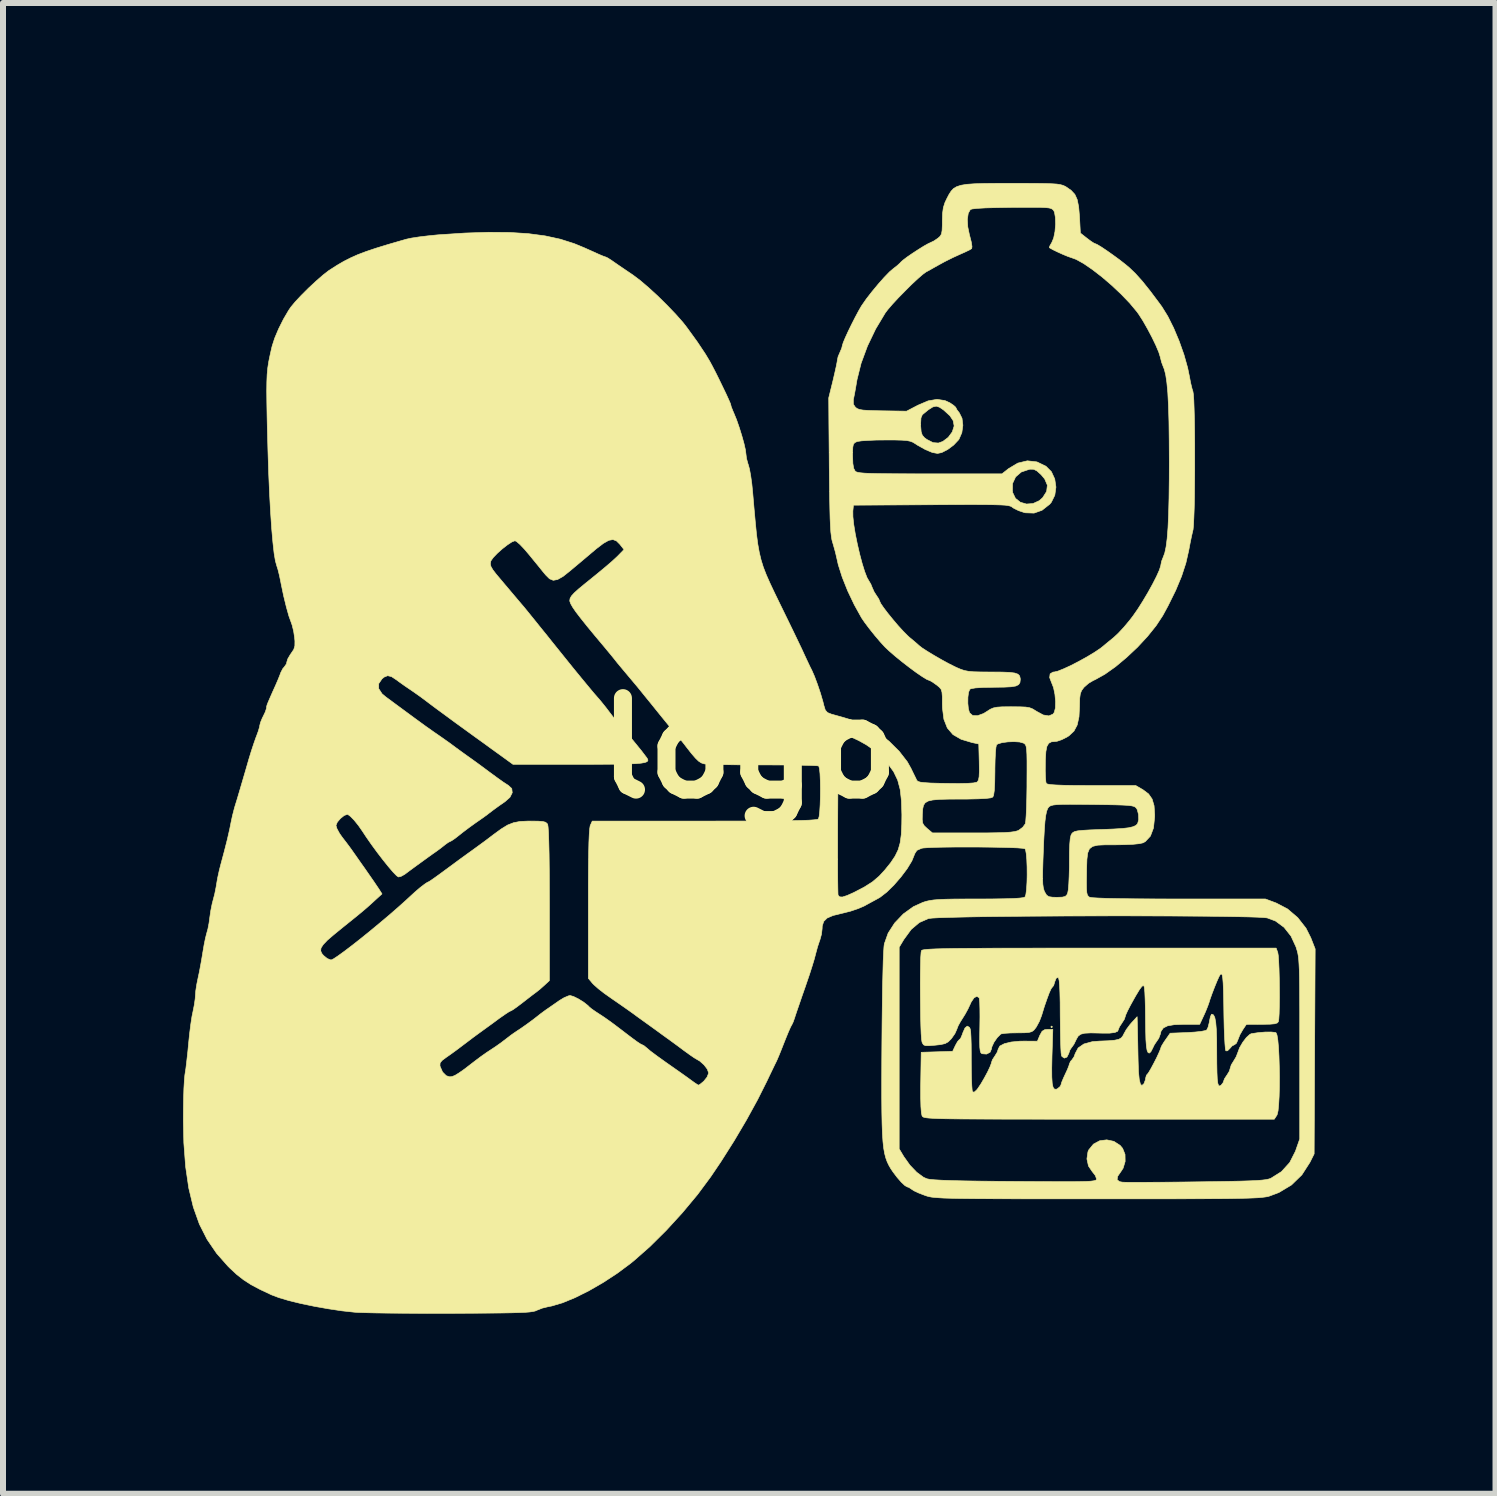
<source format=kicad_pcb>
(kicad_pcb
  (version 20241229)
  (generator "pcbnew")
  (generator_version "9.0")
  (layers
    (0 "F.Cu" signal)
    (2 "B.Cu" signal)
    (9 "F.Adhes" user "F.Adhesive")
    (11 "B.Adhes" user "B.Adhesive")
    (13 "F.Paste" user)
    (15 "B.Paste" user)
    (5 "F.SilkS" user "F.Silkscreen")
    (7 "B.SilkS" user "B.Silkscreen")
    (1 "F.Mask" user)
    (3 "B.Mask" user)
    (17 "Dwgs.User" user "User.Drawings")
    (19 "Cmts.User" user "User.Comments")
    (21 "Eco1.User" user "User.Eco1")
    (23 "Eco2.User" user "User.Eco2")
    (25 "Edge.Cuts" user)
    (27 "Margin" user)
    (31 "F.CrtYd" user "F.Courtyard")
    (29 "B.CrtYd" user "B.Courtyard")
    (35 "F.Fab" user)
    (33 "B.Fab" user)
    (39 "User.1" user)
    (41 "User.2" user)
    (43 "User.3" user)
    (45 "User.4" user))
  (footprint "logo"
    (layer "F.Cu")
    (at 9.434 9.417)
    (property "Reference" "logo" (at 0 0 0) (layer "F.SilkS") (effects (font (size 1.524 1.524) (thickness 0.3))))
    (attr through_hole)
    (fp_poly (pts (xy 5.052 4.643) (xy 5.038 4.657) (xy 5.024 4.643) (xy 5.038 4.628) (xy 5.052 4.643)) (stroke (width 0.01) (type solid)) (fill yes) (layer "F.SilkS"))
    (fp_poly (pts (xy 7.736 4.444) (xy 7.757 4.487) (xy 7.772 4.565) (xy 7.782 4.683) (xy 7.788 4.848) (xy 7.789 5.048) (xy 7.79 5.251) (xy 7.793 5.405) (xy 7.798 5.513) (xy 7.807 5.583) (xy 7.82 5.619) (xy 7.838 5.628) (xy 7.861 5.615) (xy 7.863 5.613) (xy 7.897 5.569) (xy 7.903 5.549) (xy 7.919 5.506) (xy 7.958 5.447) (xy 7.959 5.447) (xy 7.998 5.383) (xy 8.014 5.331) (xy 8.031 5.276) (xy 8.067 5.218) (xy 8.113 5.141) (xy 8.138 5.076) (xy 8.17 4.99) (xy 8.223 4.899) (xy 8.284 4.819) (xy 8.342 4.767) (xy 8.366 4.756) (xy 8.479 4.739) (xy 8.594 4.729) (xy 8.694 4.728) (xy 8.762 4.735) (xy 8.777 4.741) (xy 8.793 4.778) (xy 8.807 4.863) (xy 8.818 4.983) (xy 8.826 5.131) (xy 8.831 5.297) (xy 8.834 5.469) (xy 8.833 5.64) (xy 8.829 5.798) (xy 8.821 5.935) (xy 8.811 6.04) (xy 8.796 6.104) (xy 8.792 6.113) (xy 8.748 6.181) (xy 5.828 6.181) (xy 5.359 6.181) (xy 4.942 6.181) (xy 4.576 6.18) (xy 4.256 6.18) (xy 3.98 6.179) (xy 3.744 6.178) (xy 3.545 6.177) (xy 3.38 6.175) (xy 3.246 6.173) (xy 3.139 6.17) (xy 3.055 6.166) (xy 2.993 6.162) (xy 2.948 6.157) (xy 2.918 6.151) (xy 2.899 6.145) (xy 2.888 6.137) (xy 2.881 6.128) (xy 2.879 6.125) (xy 2.868 6.073) (xy 2.86 5.97) (xy 2.856 5.821) (xy 2.856 5.632) (xy 2.857 5.567) (xy 2.865 5.066) (xy 3.127 5.058) (xy 3.389 5.05) (xy 3.435 4.952) (xy 3.47 4.889) (xy 3.499 4.856) (xy 3.504 4.854) (xy 3.524 4.83) (xy 3.55 4.769) (xy 3.559 4.741) (xy 3.594 4.662) (xy 3.632 4.63) (xy 3.668 4.65) (xy 3.682 4.678) (xy 3.689 4.722) (xy 3.694 4.811) (xy 3.698 4.936) (xy 3.699 5.087) (xy 3.699 5.207) (xy 3.7 5.368) (xy 3.703 5.51) (xy 3.708 5.623) (xy 3.714 5.698) (xy 3.72 5.722) (xy 3.746 5.732) (xy 3.787 5.696) (xy 3.808 5.67) (xy 3.86 5.592) (xy 3.916 5.496) (xy 3.97 5.396) (xy 4.011 5.309) (xy 4.034 5.248) (xy 4.036 5.236) (xy 4.052 5.19) (xy 4.091 5.13) (xy 4.092 5.129) (xy 4.132 5.064) (xy 4.149 5.011) (xy 4.175 4.962) (xy 4.25 4.923) (xy 4.364 4.895) (xy 4.509 4.881) (xy 4.578 4.88) (xy 4.801 4.881) (xy 4.842 4.783) (xy 4.879 4.716) (xy 4.924 4.689) (xy 4.97 4.685) (xy 5.058 4.685) (xy 5.044 5.129) (xy 5.04 5.33) (xy 5.041 5.48) (xy 5.048 5.585) (xy 5.062 5.649) (xy 5.085 5.68) (xy 5.116 5.682) (xy 5.136 5.673) (xy 5.181 5.635) (xy 5.194 5.608) (xy 5.206 5.565) (xy 5.237 5.491) (xy 5.264 5.433) (xy 5.303 5.349) (xy 5.328 5.284) (xy 5.334 5.26) (xy 5.354 5.216) (xy 5.375 5.194) (xy 5.411 5.142) (xy 5.432 5.085) (xy 5.48 4.994) (xy 5.575 4.928) (xy 5.716 4.889) (xy 5.83 4.88) (xy 5.982 4.874) (xy 6.087 4.865) (xy 6.157 4.85) (xy 6.2 4.825) (xy 6.228 4.788) (xy 6.24 4.763) (xy 6.281 4.689) (xy 6.344 4.604) (xy 6.369 4.575) (xy 6.463 4.473) (xy 6.468 4.657) (xy 6.47 4.759) (xy 6.473 4.899) (xy 6.476 5.057) (xy 6.479 5.202) (xy 6.485 5.388) (xy 6.498 5.519) (xy 6.517 5.596) (xy 6.542 5.62) (xy 6.574 5.591) (xy 6.577 5.588) (xy 6.601 5.523) (xy 6.604 5.498) (xy 6.618 5.447) (xy 6.632 5.433) (xy 6.655 5.402) (xy 6.695 5.334) (xy 6.742 5.246) (xy 6.79 5.152) (xy 6.829 5.067) (xy 6.854 5.007) (xy 6.858 4.99) (xy 6.873 4.956) (xy 6.911 4.894) (xy 6.936 4.858) (xy 7.013 4.748) (xy 7.302 4.737) (xy 7.426 4.729) (xy 7.53 4.718) (xy 7.6 4.704) (xy 7.622 4.695) (xy 7.645 4.648) (xy 7.664 4.572) (xy 7.668 4.547) (xy 7.683 4.475) (xy 7.701 4.434) (xy 7.707 4.431) (xy 7.736 4.444)) (stroke (width 0.01) (type solid)) (fill yes) (layer "F.SilkS"))
    (fp_poly (pts (xy 8.806 3.403) (xy 8.814 3.452) (xy 8.821 3.547) (xy 8.827 3.675) (xy 8.831 3.825) (xy 8.833 3.986) (xy 8.834 4.147) (xy 8.832 4.295) (xy 8.829 4.421) (xy 8.823 4.512) (xy 8.816 4.556) (xy 8.798 4.577) (xy 8.755 4.591) (xy 8.677 4.598) (xy 8.555 4.6) (xy 8.541 4.6) (xy 8.283 4.601) (xy 8.222 4.692) (xy 8.175 4.774) (xy 8.143 4.854) (xy 8.141 4.861) (xy 8.116 4.917) (xy 8.086 4.939) (xy 8.045 4.96) (xy 8.008 5.002) (xy 7.969 5.041) (xy 7.941 5.042) (xy 7.933 5.008) (xy 7.926 4.926) (xy 7.919 4.805) (xy 7.913 4.654) (xy 7.909 4.481) (xy 7.908 4.422) (xy 7.905 4.203) (xy 7.901 4.035) (xy 7.896 3.913) (xy 7.889 3.83) (xy 7.881 3.781) (xy 7.869 3.761) (xy 7.855 3.764) (xy 7.848 3.77) (xy 7.826 3.808) (xy 7.792 3.884) (xy 7.752 3.982) (xy 7.712 4.086) (xy 7.678 4.181) (xy 7.662 4.233) (xy 7.639 4.298) (xy 7.602 4.39) (xy 7.574 4.452) (xy 7.505 4.6) (xy 7.241 4.6) (xy 7.082 4.606) (xy 6.971 4.625) (xy 6.9 4.66) (xy 6.861 4.715) (xy 6.85 4.761) (xy 6.823 4.833) (xy 6.795 4.874) (xy 6.75 4.94) (xy 6.72 5.002) (xy 6.691 5.058) (xy 6.664 5.08) (xy 6.644 5.069) (xy 6.628 5.032) (xy 6.617 4.963) (xy 6.609 4.857) (xy 6.605 4.706) (xy 6.602 4.505) (xy 6.602 4.487) (xy 6.6 4.327) (xy 6.596 4.184) (xy 6.591 4.069) (xy 6.584 3.993) (xy 6.579 3.968) (xy 6.565 3.953) (xy 6.541 3.969) (xy 6.502 4.021) (xy 6.445 4.115) (xy 6.412 4.173) (xy 6.351 4.283) (xy 6.302 4.378) (xy 6.272 4.445) (xy 6.265 4.469) (xy 6.249 4.517) (xy 6.209 4.579) (xy 6.209 4.58) (xy 6.17 4.638) (xy 6.152 4.68) (xy 6.152 4.681) (xy 6.139 4.715) (xy 6.092 4.736) (xy 6.006 4.747) (xy 5.873 4.747) (xy 5.835 4.746) (xy 5.69 4.743) (xy 5.589 4.748) (xy 5.523 4.765) (xy 5.481 4.796) (xy 5.452 4.845) (xy 5.444 4.862) (xy 5.41 4.932) (xy 5.376 4.98) (xy 5.374 4.981) (xy 5.343 5.028) (xy 5.323 5.087) (xy 5.293 5.146) (xy 5.25 5.163) (xy 5.21 5.136) (xy 5.202 5.118) (xy 5.196 5.077) (xy 5.191 4.989) (xy 5.187 4.862) (xy 5.184 4.705) (xy 5.182 4.527) (xy 5.181 4.45) (xy 5.18 4.235) (xy 5.176 4.071) (xy 5.171 3.952) (xy 5.164 3.874) (xy 5.154 3.83) (xy 5.143 3.817) (xy 5.113 3.833) (xy 5.09 3.892) (xy 5.072 3.953) (xy 5.052 3.979) (xy 5.051 3.979) (xy 5.031 4.005) (xy 4.999 4.074) (xy 4.961 4.176) (xy 4.918 4.3) (xy 4.876 4.437) (xy 4.872 4.451) (xy 4.834 4.55) (xy 4.785 4.641) (xy 4.775 4.656) (xy 4.742 4.697) (xy 4.708 4.722) (xy 4.66 4.735) (xy 4.584 4.741) (xy 4.465 4.742) (xy 4.351 4.744) (xy 4.257 4.75) (xy 4.2 4.759) (xy 4.19 4.763) (xy 4.132 4.821) (xy 4.077 4.9) (xy 4.042 4.976) (xy 4.036 5.01) (xy 4.012 5.066) (xy 3.953 5.096) (xy 3.879 5.09) (xy 3.875 5.088) (xy 3.859 5.074) (xy 3.848 5.041) (xy 3.841 4.982) (xy 3.839 4.888) (xy 3.84 4.75) (xy 3.842 4.631) (xy 3.844 4.478) (xy 3.843 4.343) (xy 3.84 4.237) (xy 3.834 4.172) (xy 3.83 4.157) (xy 3.792 4.133) (xy 3.745 4.159) (xy 3.697 4.23) (xy 3.685 4.257) (xy 3.643 4.347) (xy 3.597 4.431) (xy 3.534 4.532) (xy 3.523 4.548) (xy 3.481 4.624) (xy 3.456 4.689) (xy 3.427 4.754) (xy 3.375 4.829) (xy 3.364 4.843) (xy 3.315 4.892) (xy 3.263 4.921) (xy 3.188 4.938) (xy 3.096 4.948) (xy 2.995 4.956) (xy 2.935 4.955) (xy 2.903 4.941) (xy 2.884 4.91) (xy 2.878 4.894) (xy 2.871 4.848) (xy 2.864 4.755) (xy 2.859 4.625) (xy 2.855 4.467) (xy 2.853 4.292) (xy 2.851 4.108) (xy 2.85 3.926) (xy 2.851 3.755) (xy 2.854 3.604) (xy 2.857 3.484) (xy 2.863 3.403) (xy 2.868 3.375) (xy 2.874 3.368) (xy 2.891 3.361) (xy 2.92 3.356) (xy 2.965 3.351) (xy 3.029 3.347) (xy 3.115 3.343) (xy 3.226 3.34) (xy 3.366 3.337) (xy 3.538 3.335) (xy 3.744 3.334) (xy 3.989 3.332) (xy 4.274 3.331) (xy 4.604 3.331) (xy 4.981 3.33) (xy 5.409 3.33) (xy 5.832 3.33) (xy 8.779 3.33) (xy 8.806 3.403)) (stroke (width 0.01) (type solid)) (fill yes) (layer "F.SilkS"))
    (fp_poly (pts (xy 4.61 -9.412) (xy 4.796 -9.411) (xy 4.939 -9.409) (xy 5.047 -9.405) (xy 5.125 -9.4) (xy 5.182 -9.391) (xy 5.223 -9.38) (xy 5.256 -9.366) (xy 5.275 -9.356) (xy 5.363 -9.295) (xy 5.425 -9.228) (xy 5.464 -9.142) (xy 5.488 -9.024) (xy 5.502 -8.864) (xy 5.517 -8.584) (xy 5.627 -8.497) (xy 5.694 -8.447) (xy 5.744 -8.415) (xy 5.757 -8.41) (xy 5.795 -8.394) (xy 5.867 -8.351) (xy 5.961 -8.288) (xy 6.067 -8.213) (xy 6.175 -8.134) (xy 6.273 -8.057) (xy 6.328 -8.011) (xy 6.432 -7.912) (xy 6.548 -7.783) (xy 6.681 -7.617) (xy 6.836 -7.41) (xy 6.876 -7.355) (xy 6.973 -7.198) (xy 7.071 -7.002) (xy 7.163 -6.783) (xy 7.243 -6.557) (xy 7.304 -6.34) (xy 7.334 -6.195) (xy 7.354 -6.088) (xy 7.377 -5.993) (xy 7.392 -5.946) (xy 7.4 -5.897) (xy 7.407 -5.799) (xy 7.412 -5.66) (xy 7.417 -5.488) (xy 7.42 -5.291) (xy 7.422 -5.075) (xy 7.422 -4.85) (xy 7.422 -4.623) (xy 7.42 -4.401) (xy 7.418 -4.192) (xy 7.414 -4.004) (xy 7.408 -3.845) (xy 7.402 -3.722) (xy 7.395 -3.644) (xy 7.391 -3.627) (xy 7.371 -3.541) (xy 7.347 -3.425) (xy 7.324 -3.303) (xy 7.324 -3.302) (xy 7.275 -3.086) (xy 7.203 -2.865) (xy 7.105 -2.63) (xy 6.976 -2.369) (xy 6.889 -2.209) (xy 6.779 -2.042) (xy 6.636 -1.864) (xy 6.469 -1.684) (xy 6.287 -1.513) (xy 6.103 -1.359) (xy 5.925 -1.233) (xy 5.764 -1.143) (xy 5.736 -1.131) (xy 5.653 -1.082) (xy 5.577 -1.015) (xy 5.573 -1.01) (xy 5.537 -0.961) (xy 5.516 -0.907) (xy 5.506 -0.833) (xy 5.503 -0.721) (xy 5.503 -0.704) (xy 5.494 -0.524) (xy 5.464 -0.387) (xy 5.41 -0.285) (xy 5.326 -0.207) (xy 5.291 -0.185) (xy 5.205 -0.142) (xy 5.128 -0.116) (xy 5.102 -0.113) (xy 5.035 -0.107) (xy 4.989 -0.082) (xy 4.959 -0.03) (xy 4.942 0.057) (xy 4.934 0.189) (xy 4.933 0.254) (xy 4.932 0.38) (xy 4.936 0.487) (xy 4.942 0.561) (xy 4.949 0.586) (xy 4.97 0.597) (xy 5.021 0.606) (xy 5.107 0.612) (xy 5.233 0.617) (xy 5.404 0.62) (xy 5.625 0.621) (xy 5.705 0.621) (xy 6.439 0.621) (xy 6.561 0.692) (xy 6.653 0.761) (xy 6.712 0.846) (xy 6.745 0.958) (xy 6.755 1.111) (xy 6.754 1.148) (xy 6.735 1.329) (xy 6.684 1.464) (xy 6.6 1.554) (xy 6.561 1.576) (xy 6.499 1.59) (xy 6.391 1.601) (xy 6.244 1.607) (xy 6.109 1.609) (xy 5.934 1.609) (xy 5.808 1.615) (xy 5.722 1.635) (xy 5.668 1.676) (xy 5.639 1.745) (xy 5.626 1.852) (xy 5.621 2.003) (xy 5.62 2.082) (xy 5.618 2.233) (xy 5.619 2.338) (xy 5.624 2.406) (xy 5.634 2.446) (xy 5.651 2.469) (xy 5.669 2.482) (xy 5.713 2.49) (xy 5.812 2.496) (xy 5.968 2.502) (xy 6.179 2.506) (xy 6.446 2.509) (xy 6.769 2.511) (xy 7.149 2.512) (xy 7.163 2.512) (xy 8.601 2.512) (xy 8.78 2.579) (xy 8.969 2.678) (xy 9.138 2.822) (xy 9.276 2.998) (xy 9.356 3.157) (xy 9.429 3.344) (xy 9.42 5.052) (xy 9.412 6.759) (xy 9.341 6.901) (xy 9.207 7.109) (xy 9.034 7.277) (xy 8.824 7.403) (xy 8.664 7.463) (xy 8.634 7.471) (xy 8.596 7.477) (xy 8.548 7.483) (xy 8.485 7.489) (xy 8.404 7.493) (xy 8.302 7.497) (xy 8.175 7.5) (xy 8.02 7.503) (xy 7.833 7.505) (xy 7.61 7.506) (xy 7.349 7.507) (xy 7.046 7.508) (xy 6.698 7.508) (xy 6.3 7.508) (xy 5.849 7.508) (xy 5.799 7.508) (xy 5.348 7.508) (xy 4.949 7.508) (xy 4.6 7.508) (xy 4.296 7.507) (xy 4.035 7.506) (xy 3.813 7.505) (xy 3.625 7.503) (xy 3.47 7.501) (xy 3.343 7.498) (xy 3.24 7.495) (xy 3.158 7.49) (xy 3.094 7.485) (xy 3.044 7.48) (xy 3.005 7.473) (xy 2.972 7.465) (xy 2.943 7.456) (xy 2.921 7.448) (xy 2.824 7.411) (xy 2.745 7.374) (xy 2.707 7.349) (xy 2.659 7.317) (xy 2.635 7.31) (xy 2.595 7.288) (xy 2.535 7.232) (xy 2.465 7.152) (xy 2.396 7.061) (xy 2.36 7.008) (xy 2.327 6.951) (xy 2.299 6.893) (xy 2.276 6.83) (xy 2.256 6.755) (xy 2.24 6.665) (xy 2.228 6.556) (xy 2.219 6.421) (xy 2.213 6.257) (xy 2.209 6.059) (xy 2.207 5.822) (xy 2.207 5.541) (xy 2.208 5.212) (xy 2.21 4.933) (xy 2.213 4.58) (xy 2.217 4.261) (xy 2.221 3.979) (xy 2.227 3.738) (xy 2.232 3.542) (xy 2.239 3.392) (xy 2.244 3.316) (xy 2.498 3.316) (xy 2.498 6.675) (xy 2.575 6.804) (xy 2.676 6.946) (xy 2.79 7.065) (xy 2.904 7.149) (xy 2.961 7.174) (xy 3.007 7.183) (xy 3.091 7.191) (xy 3.216 7.198) (xy 3.384 7.204) (xy 3.598 7.209) (xy 3.861 7.213) (xy 4.176 7.216) (xy 4.424 7.218) (xy 4.736 7.22) (xy 4.997 7.221) (xy 5.21 7.222) (xy 5.381 7.222) (xy 5.515 7.22) (xy 5.615 7.218) (xy 5.687 7.214) (xy 5.735 7.208) (xy 5.765 7.201) (xy 5.78 7.193) (xy 5.785 7.182) (xy 5.786 7.174) (xy 5.766 7.119) (xy 5.719 7.059) (xy 5.717 7.057) (xy 5.652 6.961) (xy 5.626 6.843) (xy 5.643 6.725) (xy 5.657 6.692) (xy 5.735 6.596) (xy 5.839 6.54) (xy 5.957 6.525) (xy 6.075 6.55) (xy 6.179 6.617) (xy 6.221 6.667) (xy 6.261 6.767) (xy 6.263 6.885) (xy 6.229 6.998) (xy 6.195 7.05) (xy 6.138 7.133) (xy 6.129 7.189) (xy 6.169 7.221) (xy 6.216 7.23) (xy 6.264 7.232) (xy 6.361 7.233) (xy 6.502 7.233) (xy 6.68 7.232) (xy 6.887 7.231) (xy 7.119 7.229) (xy 7.367 7.226) (xy 7.451 7.225) (xy 7.742 7.221) (xy 7.983 7.217) (xy 8.178 7.213) (xy 8.333 7.208) (xy 8.452 7.203) (xy 8.542 7.196) (xy 8.608 7.188) (xy 8.655 7.178) (xy 8.689 7.167) (xy 8.692 7.165) (xy 8.867 7.055) (xy 9.005 6.903) (xy 9.101 6.714) (xy 9.104 6.705) (xy 9.172 6.51) (xy 9.172 5.005) (xy 9.172 4.675) (xy 9.172 4.396) (xy 9.171 4.164) (xy 9.17 3.973) (xy 9.168 3.818) (xy 9.165 3.695) (xy 9.16 3.597) (xy 9.155 3.521) (xy 9.148 3.461) (xy 9.139 3.412) (xy 9.128 3.37) (xy 9.115 3.328) (xy 9.111 3.313) (xy 9.027 3.131) (xy 8.911 2.984) (xy 8.769 2.879) (xy 8.63 2.827) (xy 8.573 2.821) (xy 8.464 2.815) (xy 8.309 2.81) (xy 8.113 2.806) (xy 7.88 2.802) (xy 7.616 2.799) (xy 7.324 2.797) (xy 7.011 2.795) (xy 6.681 2.794) (xy 6.338 2.793) (xy 5.988 2.793) (xy 5.636 2.794) (xy 5.286 2.795) (xy 4.943 2.797) (xy 4.612 2.799) (xy 4.299 2.802) (xy 4.007 2.805) (xy 3.742 2.809) (xy 3.509 2.814) (xy 3.312 2.819) (xy 3.157 2.824) (xy 3.048 2.83) (xy 2.99 2.837) (xy 2.987 2.837) (xy 2.834 2.904) (xy 2.698 3.019) (xy 2.576 3.186) (xy 2.574 3.189) (xy 2.498 3.316) (xy 2.244 3.316) (xy 2.246 3.294) (xy 2.251 3.258) (xy 2.314 3.081) (xy 2.423 2.912) (xy 2.567 2.761) (xy 2.735 2.64) (xy 2.891 2.569) (xy 2.947 2.551) (xy 3.005 2.538) (xy 3.072 2.528) (xy 3.157 2.521) (xy 3.268 2.516) (xy 3.413 2.513) (xy 3.598 2.512) (xy 3.81 2.512) (xy 4.058 2.511) (xy 4.254 2.508) (xy 4.401 2.504) (xy 4.504 2.497) (xy 4.568 2.489) (xy 4.595 2.478) (xy 4.609 2.436) (xy 4.62 2.352) (xy 4.627 2.238) (xy 4.629 2.172) (xy 4.888 2.172) (xy 4.891 2.263) (xy 4.9 2.328) (xy 4.914 2.376) (xy 4.924 2.397) (xy 4.954 2.447) (xy 4.991 2.473) (xy 5.052 2.482) (xy 5.124 2.484) (xy 5.215 2.481) (xy 5.266 2.469) (xy 5.294 2.44) (xy 5.306 2.411) (xy 5.316 2.358) (xy 5.324 2.261) (xy 5.33 2.131) (xy 5.334 1.98) (xy 5.334 1.909) (xy 5.335 1.728) (xy 5.34 1.596) (xy 5.348 1.506) (xy 5.361 1.449) (xy 5.374 1.424) (xy 5.394 1.403) (xy 5.425 1.387) (xy 5.476 1.376) (xy 5.555 1.368) (xy 5.672 1.361) (xy 5.835 1.355) (xy 5.875 1.354) (xy 6.07 1.346) (xy 6.217 1.337) (xy 6.322 1.325) (xy 6.394 1.308) (xy 6.441 1.287) (xy 6.469 1.259) (xy 6.47 1.258) (xy 6.489 1.192) (xy 6.486 1.105) (xy 6.465 1.024) (xy 6.451 1) (xy 6.435 0.983) (xy 6.412 0.97) (xy 6.373 0.96) (xy 6.312 0.952) (xy 6.222 0.947) (xy 6.097 0.943) (xy 5.928 0.94) (xy 5.728 0.937) (xy 5.511 0.935) (xy 5.343 0.934) (xy 5.218 0.935) (xy 5.128 0.939) (xy 5.067 0.946) (xy 5.027 0.956) (xy 5.002 0.969) (xy 4.994 0.975) (xy 4.973 1.003) (xy 4.955 1.05) (xy 4.94 1.12) (xy 4.927 1.22) (xy 4.917 1.356) (xy 4.907 1.535) (xy 4.898 1.761) (xy 4.894 1.867) (xy 4.889 2.043) (xy 4.888 2.172) (xy 4.629 2.172) (xy 4.63 2.109) (xy 4.629 1.977) (xy 4.624 1.854) (xy 4.615 1.754) (xy 4.603 1.69) (xy 4.593 1.674) (xy 4.554 1.667) (xy 4.467 1.66) (xy 4.341 1.655) (xy 4.185 1.651) (xy 4.008 1.648) (xy 3.818 1.646) (xy 3.624 1.646) (xy 3.434 1.646) (xy 3.258 1.648) (xy 3.105 1.651) (xy 2.982 1.656) (xy 2.899 1.662) (xy 2.871 1.667) (xy 2.793 1.702) (xy 2.756 1.759) (xy 2.753 1.77) (xy 2.709 1.878) (xy 2.63 2.008) (xy 2.527 2.145) (xy 2.411 2.279) (xy 2.292 2.396) (xy 2.181 2.482) (xy 2.147 2.502) (xy 2.064 2.547) (xy 1.963 2.602) (xy 1.912 2.63) (xy 1.814 2.672) (xy 1.687 2.715) (xy 1.556 2.748) (xy 1.543 2.751) (xy 1.396 2.787) (xy 1.298 2.829) (xy 1.241 2.885) (xy 1.216 2.961) (xy 1.214 3.008) (xy 1.203 3.1) (xy 1.176 3.198) (xy 1.171 3.21) (xy 1.138 3.309) (xy 1.108 3.42) (xy 1.102 3.443) (xy 1.083 3.515) (xy 1.049 3.627) (xy 1.005 3.765) (xy 0.953 3.917) (xy 0.932 3.979) (xy 0.879 4.13) (xy 0.831 4.27) (xy 0.791 4.386) (xy 0.764 4.467) (xy 0.758 4.487) (xy 0.732 4.561) (xy 0.708 4.611) (xy 0.705 4.614) (xy 0.686 4.651) (xy 0.652 4.728) (xy 0.609 4.833) (xy 0.58 4.906) (xy 0.534 5.023) (xy 0.493 5.124) (xy 0.463 5.194) (xy 0.453 5.216) (xy 0.431 5.26) (xy 0.391 5.343) (xy 0.339 5.451) (xy 0.294 5.546) (xy 0.138 5.857) (xy -0.047 6.194) (xy -0.252 6.541) (xy -0.468 6.882) (xy -0.642 7.14) (xy -0.863 7.438) (xy -1.114 7.739) (xy -1.382 8.032) (xy -1.655 8.303) (xy -1.922 8.538) (xy -1.981 8.586) (xy -2.202 8.75) (xy -2.436 8.903) (xy -2.672 9.039) (xy -2.9 9.153) (xy -3.111 9.24) (xy -3.294 9.294) (xy -3.348 9.304) (xy -3.446 9.328) (xy -3.536 9.363) (xy -3.542 9.366) (xy -3.568 9.377) (xy -3.605 9.385) (xy -3.659 9.393) (xy -3.734 9.399) (xy -3.835 9.403) (xy -3.967 9.407) (xy -4.136 9.41) (xy -4.345 9.412) (xy -4.6 9.414) (xy -4.905 9.415) (xy -4.967 9.416) (xy -5.248 9.416) (xy -5.52 9.415) (xy -5.777 9.414) (xy -6.012 9.412) (xy -6.217 9.409) (xy -6.385 9.405) (xy -6.51 9.401) (xy -6.576 9.397) (xy -6.787 9.374) (xy -7.014 9.34) (xy -7.245 9.299) (xy -7.467 9.253) (xy -7.668 9.204) (xy -7.837 9.154) (xy -7.959 9.108) (xy -8.15 9.018) (xy -8.301 8.938) (xy -8.426 8.857) (xy -8.539 8.769) (xy -8.653 8.663) (xy -8.687 8.629) (xy -8.875 8.416) (xy -9.033 8.184) (xy -9.162 7.929) (xy -9.263 7.645) (xy -9.339 7.328) (xy -9.391 6.972) (xy -9.421 6.573) (xy -9.429 6.209) (xy -9.428 6.017) (xy -9.425 5.834) (xy -9.42 5.67) (xy -9.412 5.536) (xy -9.404 5.446) (xy -9.402 5.433) (xy -9.387 5.336) (xy -9.371 5.201) (xy -9.354 5.048) (xy -9.341 4.911) (xy -9.325 4.756) (xy -9.306 4.604) (xy -9.286 4.472) (xy -9.269 4.389) (xy -9.247 4.279) (xy -9.232 4.175) (xy -9.228 4.12) (xy -9.222 4.04) (xy -9.205 3.931) (xy -9.186 3.838) (xy -9.161 3.721) (xy -9.134 3.575) (xy -9.109 3.429) (xy -9.105 3.401) (xy -9.1 3.375) (xy -7.141 3.375) (xy -7.123 3.418) (xy -7.094 3.453) (xy -7.032 3.504) (xy -6.973 3.527) (xy -6.967 3.528) (xy -6.928 3.51) (xy -6.852 3.46) (xy -6.747 3.384) (xy -6.618 3.286) (xy -6.473 3.172) (xy -6.317 3.046) (xy -6.158 2.914) (xy -6.001 2.782) (xy -5.854 2.654) (xy -5.721 2.535) (xy -5.652 2.471) (xy -5.569 2.395) (xy -5.485 2.323) (xy -5.412 2.267) (xy -5.363 2.234) (xy -5.351 2.23) (xy -5.323 2.214) (xy -5.26 2.171) (xy -5.172 2.108) (xy -5.097 2.053) (xy -4.965 1.956) (xy -4.82 1.849) (xy -4.685 1.751) (xy -4.644 1.722) (xy -4.523 1.634) (xy -4.397 1.542) (xy -4.289 1.46) (xy -4.267 1.443) (xy -4.134 1.346) (xy -4.027 1.28) (xy -3.927 1.241) (xy -3.82 1.22) (xy -3.688 1.214) (xy -3.643 1.214) (xy -3.519 1.215) (xy -3.44 1.221) (xy -3.394 1.233) (xy -3.368 1.255) (xy -3.359 1.268) (xy -3.352 1.312) (xy -3.345 1.41) (xy -3.34 1.562) (xy -3.335 1.766) (xy -3.332 2.02) (xy -3.331 2.323) (xy -3.33 2.597) (xy -3.33 3.871) (xy -3.41 3.946) (xy -3.483 4.011) (xy -3.553 4.067) (xy -3.559 4.071) (xy -3.615 4.113) (xy -3.698 4.177) (xy -3.788 4.247) (xy -3.87 4.309) (xy -3.935 4.355) (xy -3.97 4.375) (xy -3.972 4.375) (xy -4.004 4.391) (xy -4.067 4.432) (xy -4.15 4.49) (xy -4.163 4.499) (xy -4.275 4.582) (xy -4.395 4.669) (xy -4.482 4.732) (xy -4.593 4.813) (xy -4.713 4.904) (xy -4.778 4.953) (xy -4.88 5.03) (xy -4.985 5.106) (xy -5.047 5.149) (xy -5.118 5.202) (xy -5.151 5.243) (xy -5.154 5.287) (xy -5.15 5.304) (xy -5.11 5.395) (xy -5.048 5.457) (xy -4.99 5.475) (xy -4.95 5.47) (xy -4.901 5.45) (xy -4.836 5.41) (xy -4.746 5.347) (xy -4.624 5.253) (xy -4.572 5.213) (xy -4.475 5.14) (xy -4.379 5.072) (xy -4.315 5.03) (xy -4.227 4.972) (xy -4.131 4.904) (xy -4.104 4.883) (xy -4.033 4.829) (xy -3.98 4.788) (xy -3.965 4.777) (xy -3.927 4.75) (xy -3.859 4.704) (xy -3.81 4.672) (xy -3.71 4.602) (xy -3.601 4.522) (xy -3.556 4.487) (xy -3.472 4.421) (xy -3.393 4.363) (xy -3.358 4.339) (xy -3.293 4.294) (xy -3.208 4.235) (xy -3.167 4.206) (xy -3.086 4.157) (xy -3.013 4.126) (xy -2.985 4.12) (xy -2.927 4.137) (xy -2.846 4.177) (xy -2.759 4.231) (xy -2.688 4.287) (xy -2.667 4.309) (xy -2.628 4.342) (xy -2.559 4.39) (xy -2.511 4.421) (xy -2.415 4.484) (xy -2.305 4.562) (xy -2.235 4.614) (xy -2.127 4.696) (xy -2.012 4.784) (xy -1.947 4.833) (xy -1.871 4.889) (xy -1.813 4.927) (xy -1.788 4.939) (xy -1.754 4.956) (xy -1.709 4.993) (xy -1.644 5.048) (xy -1.537 5.128) (xy -1.386 5.236) (xy -1.228 5.347) (xy -1.127 5.418) (xy -1.023 5.492) (xy -0.974 5.528) (xy -0.906 5.577) (xy -0.858 5.608) (xy -0.846 5.614) (xy -0.818 5.598) (xy -0.767 5.556) (xy -0.755 5.545) (xy -0.703 5.48) (xy -0.678 5.416) (xy -0.677 5.409) (xy -0.699 5.347) (xy -0.753 5.276) (xy -0.825 5.212) (xy -0.875 5.183) (xy -0.917 5.158) (xy -0.99 5.108) (xy -1.077 5.045) (xy -1.087 5.038) (xy -1.183 4.966) (xy -1.306 4.876) (xy -1.439 4.78) (xy -1.521 4.72) (xy -1.644 4.631) (xy -1.768 4.542) (xy -1.875 4.465) (xy -1.93 4.424) (xy -2.02 4.36) (xy -2.137 4.278) (xy -2.26 4.193) (xy -2.306 4.161) (xy -2.415 4.084) (xy -2.514 4.007) (xy -2.587 3.942) (xy -2.61 3.919) (xy -2.681 3.834) (xy -2.681 2.596) (xy -2.681 2.261) (xy -2.679 1.981) (xy -2.676 1.752) (xy -2.673 1.619) (xy 1.473 1.619) (xy 1.473 1.847) (xy 1.473 2.047) (xy 1.474 2.213) (xy 1.476 2.339) (xy 1.478 2.42) (xy 1.48 2.448) (xy 1.505 2.476) (xy 1.552 2.479) (xy 1.63 2.454) (xy 1.74 2.405) (xy 1.915 2.314) (xy 2.052 2.227) (xy 2.164 2.132) (xy 2.259 2.029) (xy 2.358 1.906) (xy 2.43 1.798) (xy 2.481 1.693) (xy 2.514 1.577) (xy 2.533 1.439) (xy 2.541 1.267) (xy 2.542 1.188) (xy 2.882 1.188) (xy 2.89 1.249) (xy 2.916 1.292) (xy 2.964 1.337) (xy 3.052 1.411) (xy 3.729 1.411) (xy 3.951 1.411) (xy 4.125 1.408) (xy 4.256 1.405) (xy 4.352 1.398) (xy 4.419 1.389) (xy 4.466 1.377) (xy 4.49 1.367) (xy 4.557 1.317) (xy 4.6 1.258) (xy 4.6 1.257) (xy 4.607 1.21) (xy 4.614 1.116) (xy 4.62 0.984) (xy 4.624 0.823) (xy 4.627 0.643) (xy 4.627 0.569) (xy 4.628 0.366) (xy 4.628 0.212) (xy 4.626 0.101) (xy 4.621 0.023) (xy 4.614 -0.027) (xy 4.603 -0.057) (xy 4.588 -0.074) (xy 4.569 -0.086) (xy 4.504 -0.104) (xy 4.41 -0.11) (xy 4.307 -0.106) (xy 4.211 -0.093) (xy 4.141 -0.072) (xy 4.119 -0.055) (xy 4.11 -0.013) (xy 4.102 0.074) (xy 4.096 0.194) (xy 4.093 0.336) (xy 4.093 0.382) (xy 4.09 0.57) (xy 4.083 0.703) (xy 4.071 0.784) (xy 4.058 0.813) (xy 4.022 0.827) (xy 3.941 0.837) (xy 3.814 0.843) (xy 3.635 0.847) (xy 3.529 0.847) (xy 3.325 0.848) (xy 3.17 0.852) (xy 3.057 0.862) (xy 2.98 0.88) (xy 2.931 0.909) (xy 2.903 0.952) (xy 2.89 1.011) (xy 2.885 1.089) (xy 2.884 1.091) (xy 2.882 1.188) (xy 2.542 1.188) (xy 2.543 1.108) (xy 2.536 0.877) (xy 2.515 0.689) (xy 2.473 0.531) (xy 2.406 0.391) (xy 2.309 0.258) (xy 2.177 0.117) (xy 2.163 0.103) (xy 2.066 0.022) (xy 1.949 -0.058) (xy 1.824 -0.128) (xy 1.704 -0.184) (xy 1.604 -0.216) (xy 1.547 -0.221) (xy 1.482 -0.212) (xy 1.474 1.101) (xy 1.473 1.368) (xy 1.473 1.619) (xy -2.673 1.619) (xy -2.672 1.571) (xy -2.666 1.436) (xy -2.659 1.344) (xy -2.651 1.293) (xy -2.648 1.285) (xy -2.616 1.214) (xy -0.749 1.214) (xy -0.355 1.213) (xy -0.015 1.213) (xy 0.275 1.211) (xy 0.518 1.209) (xy 0.716 1.206) (xy 0.873 1.203) (xy 0.992 1.199) (xy 1.076 1.193) (xy 1.128 1.187) (xy 1.151 1.18) (xy 1.151 1.18) (xy 1.164 1.14) (xy 1.174 1.057) (xy 1.181 0.943) (xy 1.185 0.811) (xy 1.186 0.672) (xy 1.184 0.54) (xy 1.179 0.425) (xy 1.17 0.34) (xy 1.158 0.297) (xy 1.156 0.295) (xy 1.121 0.291) (xy 1.037 0.287) (xy 0.911 0.284) (xy 0.749 0.281) (xy 0.559 0.279) (xy 0.347 0.278) (xy 0.231 0.278) (xy 0.008 0.278) (xy -0.201 0.276) (xy -0.387 0.274) (xy -0.543 0.271) (xy -0.662 0.267) (xy -0.736 0.262) (xy -0.753 0.26) (xy -0.798 0.245) (xy -0.843 0.216) (xy -0.896 0.165) (xy -0.964 0.086) (xy -1.055 -0.03) (xy -1.082 -0.066) (xy -1.137 -0.135) (xy -1.186 -0.192) (xy -1.187 -0.193) (xy -1.219 -0.23) (xy -1.279 -0.303) (xy -1.361 -0.403) (xy -1.458 -0.522) (xy -1.538 -0.621) (xy -1.641 -0.749) (xy -1.734 -0.863) (xy -1.809 -0.956) (xy -1.861 -1.02) (xy -1.881 -1.044) (xy -2.007 -1.194) (xy -2.116 -1.324) (xy -2.201 -1.426) (xy -2.249 -1.487) (xy -2.309 -1.561) (xy -2.379 -1.645) (xy -2.395 -1.665) (xy -2.567 -1.87) (xy -2.704 -2.036) (xy -2.81 -2.169) (xy -2.889 -2.272) (xy -2.943 -2.351) (xy -2.975 -2.408) (xy -2.99 -2.449) (xy -2.991 -2.462) (xy -2.985 -2.497) (xy -2.963 -2.536) (xy -2.917 -2.587) (xy -2.843 -2.654) (xy -2.734 -2.744) (xy -2.647 -2.814) (xy -2.518 -2.919) (xy -2.395 -3.021) (xy -2.29 -3.111) (xy -2.215 -3.18) (xy -2.195 -3.199) (xy -2.087 -3.31) (xy -2.156 -3.398) (xy -2.212 -3.454) (xy -2.271 -3.477) (xy -2.341 -3.464) (xy -2.43 -3.414) (xy -2.548 -3.324) (xy -2.58 -3.297) (xy -2.702 -3.194) (xy -2.836 -3.081) (xy -2.958 -2.979) (xy -2.984 -2.957) (xy -3.102 -2.863) (xy -3.194 -2.811) (xy -3.266 -2.798) (xy -3.329 -2.824) (xy -3.391 -2.886) (xy -3.391 -2.886) (xy -3.441 -2.946) (xy -3.514 -3.037) (xy -3.601 -3.143) (xy -3.661 -3.217) (xy -3.745 -3.316) (xy -3.82 -3.395) (xy -3.878 -3.445) (xy -3.904 -3.457) (xy -3.954 -3.438) (xy -4.029 -3.389) (xy -4.115 -3.322) (xy -4.199 -3.247) (xy -4.266 -3.177) (xy -4.304 -3.123) (xy -4.307 -3.114) (xy -4.314 -3.071) (xy -4.304 -3.028) (xy -4.273 -2.974) (xy -4.214 -2.897) (xy -4.163 -2.837) (xy -4.08 -2.738) (xy -3.986 -2.627) (xy -3.928 -2.558) (xy -3.857 -2.474) (xy -3.794 -2.4) (xy -3.757 -2.357) (xy -3.726 -2.319) (xy -3.665 -2.244) (xy -3.58 -2.139) (xy -3.478 -2.012) (xy -3.362 -1.869) (xy -3.301 -1.792) (xy -3.099 -1.541) (xy -2.93 -1.331) (xy -2.789 -1.159) (xy -2.675 -1.021) (xy -2.585 -0.913) (xy -2.515 -0.833) (xy -2.514 -0.833) (xy -2.46 -0.768) (xy -2.387 -0.677) (xy -2.311 -0.577) (xy -2.301 -0.564) (xy -2.23 -0.472) (xy -2.167 -0.394) (xy -2.122 -0.344) (xy -2.116 -0.339) (xy -2.082 -0.302) (xy -2.022 -0.232) (xy -1.947 -0.143) (xy -1.867 -0.045) (xy -1.791 0.049) (xy -1.731 0.128) (xy -1.708 0.158) (xy -1.692 0.184) (xy -1.689 0.206) (xy -1.704 0.224) (xy -1.74 0.238) (xy -1.804 0.249) (xy -1.898 0.257) (xy -2.029 0.262) (xy -2.2 0.266) (xy -2.415 0.267) (xy -2.68 0.268) (xy -2.845 0.268) (xy -3.937 0.268) (xy -4.163 0.104) (xy -4.283 0.018) (xy -4.406 -0.072) (xy -4.513 -0.149) (xy -4.544 -0.171) (xy -4.723 -0.301) (xy -4.901 -0.43) (xy -5.068 -0.553) (xy -5.214 -0.66) (xy -5.329 -0.746) (xy -5.375 -0.781) (xy -5.478 -0.858) (xy -5.587 -0.935) (xy -5.644 -0.974) (xy -5.741 -1.04) (xy -5.838 -1.109) (xy -5.874 -1.136) (xy -5.96 -1.193) (xy -6.025 -1.209) (xy -6.084 -1.185) (xy -6.119 -1.156) (xy -6.174 -1.076) (xy -6.174 -0.993) (xy -6.118 -0.907) (xy -6.06 -0.858) (xy -5.857 -0.708) (xy -5.694 -0.588) (xy -5.565 -0.493) (xy -5.462 -0.418) (xy -5.381 -0.359) (xy -5.315 -0.313) (xy -5.259 -0.273) (xy -5.221 -0.247) (xy -5.113 -0.172) (xy -4.99 -0.085) (xy -4.897 -0.016) (xy -4.793 0.06) (xy -4.69 0.134) (xy -4.614 0.188) (xy -4.539 0.242) (xy -4.437 0.317) (xy -4.327 0.399) (xy -4.29 0.426) (xy -4.189 0.5) (xy -4.099 0.564) (xy -4.033 0.607) (xy -4.015 0.618) (xy -3.957 0.672) (xy -3.949 0.741) (xy -3.988 0.818) (xy -4.071 0.891) (xy -4.162 0.954) (xy -4.249 1.017) (xy -4.276 1.037) (xy -4.339 1.085) (xy -4.384 1.12) (xy -4.389 1.123) (xy -4.426 1.15) (xy -4.493 1.197) (xy -4.558 1.242) (xy -4.665 1.319) (xy -4.779 1.405) (xy -4.83 1.446) (xy -4.903 1.503) (xy -4.959 1.541) (xy -4.981 1.552) (xy -5.014 1.568) (xy -5.07 1.608) (xy -5.079 1.616) (xy -5.152 1.673) (xy -5.219 1.722) (xy -5.219 1.722) (xy -5.274 1.76) (xy -5.36 1.822) (xy -5.462 1.896) (xy -5.568 1.973) (xy -5.662 2.042) (xy -5.73 2.093) (xy -5.742 2.102) (xy -5.804 2.136) (xy -5.845 2.145) (xy -5.877 2.123) (xy -5.935 2.063) (xy -6.012 1.973) (xy -6.102 1.861) (xy -6.198 1.736) (xy -6.294 1.605) (xy -6.383 1.477) (xy -6.445 1.383) (xy -6.511 1.288) (xy -6.581 1.201) (xy -6.644 1.136) (xy -6.689 1.103) (xy -6.697 1.101) (xy -6.75 1.121) (xy -6.812 1.171) (xy -6.864 1.232) (xy -6.886 1.286) (xy -6.886 1.287) (xy -6.869 1.342) (xy -6.826 1.421) (xy -6.78 1.486) (xy -6.715 1.57) (xy -6.659 1.645) (xy -6.632 1.682) (xy -6.599 1.729) (xy -6.542 1.81) (xy -6.47 1.913) (xy -6.406 2.003) (xy -6.327 2.117) (xy -6.254 2.222) (xy -6.198 2.305) (xy -6.171 2.345) (xy -6.119 2.427) (xy -6.204 2.504) (xy -6.289 2.582) (xy -6.367 2.652) (xy -6.449 2.722) (xy -6.546 2.802) (xy -6.669 2.901) (xy -6.777 2.988) (xy -6.924 3.108) (xy -7.031 3.2) (xy -7.099 3.272) (xy -7.135 3.328) (xy -7.141 3.375) (xy -9.1 3.375) (xy -9.084 3.279) (xy -9.062 3.17) (xy -9.043 3.094) (xy -9.038 3.076) (xy -9.02 3.011) (xy -9.001 2.913) (xy -8.989 2.822) (xy -8.972 2.705) (xy -8.949 2.591) (xy -8.932 2.526) (xy -8.906 2.426) (xy -8.883 2.31) (xy -8.877 2.272) (xy -8.859 2.166) (xy -8.831 2.038) (xy -8.808 1.947) (xy -8.748 1.723) (xy -8.696 1.519) (xy -8.657 1.348) (xy -8.635 1.237) (xy -8.611 1.125) (xy -8.58 1.004) (xy -8.57 0.969) (xy -8.538 0.866) (xy -8.499 0.735) (xy -8.45 0.568) (xy -8.389 0.36) (xy -8.338 0.183) (xy -8.298 0.052) (xy -8.256 -0.075) (xy -8.22 -0.178) (xy -8.21 -0.203) (xy -8.179 -0.288) (xy -8.159 -0.357) (xy -8.156 -0.379) (xy -8.143 -0.431) (xy -8.112 -0.506) (xy -8.1 -0.529) (xy -8.064 -0.604) (xy -8.045 -0.662) (xy -8.043 -0.673) (xy -8.042 -0.693) (xy -8.035 -0.72) (xy -8.018 -0.764) (xy -7.988 -0.833) (xy -7.942 -0.938) (xy -7.894 -1.044) (xy -7.853 -1.139) (xy -7.82 -1.221) (xy -7.806 -1.26) (xy -7.772 -1.326) (xy -7.746 -1.356) (xy -7.71 -1.408) (xy -7.705 -1.437) (xy -7.689 -1.489) (xy -7.648 -1.559) (xy -7.632 -1.582) (xy -7.589 -1.646) (xy -7.571 -1.706) (xy -7.57 -1.786) (xy -7.575 -1.839) (xy -7.591 -1.948) (xy -7.616 -2.05) (xy -7.631 -2.093) (xy -7.67 -2.201) (xy -7.713 -2.354) (xy -7.758 -2.538) (xy -7.801 -2.744) (xy -7.805 -2.766) (xy -7.828 -2.878) (xy -7.852 -2.975) (xy -7.872 -3.038) (xy -7.873 -3.042) (xy -7.895 -3.12) (xy -7.917 -3.251) (xy -7.937 -3.431) (xy -7.957 -3.657) (xy -7.975 -3.925) (xy -7.992 -4.232) (xy -8.007 -4.574) (xy -8.019 -4.947) (xy -8.03 -5.348) (xy -8.034 -5.533) (xy -8.038 -5.765) (xy -8.04 -5.951) (xy -8.038 -6.102) (xy -8.033 -6.226) (xy -8.023 -6.335) (xy -8.007 -6.439) (xy -7.985 -6.547) (xy -7.957 -6.671) (xy -7.949 -6.703) (xy -7.907 -6.833) (xy -7.841 -6.989) (xy -7.761 -7.149) (xy -7.676 -7.294) (xy -7.638 -7.35) (xy -7.566 -7.437) (xy -7.464 -7.546) (xy -7.344 -7.666) (xy -7.219 -7.782) (xy -7.102 -7.884) (xy -7.007 -7.958) (xy -6.991 -7.968) (xy -6.87 -8.046) (xy -6.757 -8.112) (xy -6.645 -8.169) (xy -6.525 -8.223) (xy -6.388 -8.275) (xy -6.225 -8.33) (xy -6.027 -8.391) (xy -5.786 -8.461) (xy -5.712 -8.482) (xy -5.629 -8.5) (xy -5.506 -8.519) (xy -5.357 -8.537) (xy -5.2 -8.553) (xy -5.176 -8.555) (xy -4.735 -8.584) (xy -4.342 -8.597) (xy -3.993 -8.594) (xy -3.681 -8.574) (xy -3.402 -8.537) (xy -3.149 -8.482) (xy -2.917 -8.408) (xy -2.752 -8.34) (xy -2.602 -8.273) (xy -2.498 -8.226) (xy -2.431 -8.198) (xy -2.396 -8.186) (xy -2.389 -8.184) (xy -2.358 -8.169) (xy -2.298 -8.131) (xy -2.252 -8.099) (xy -2.167 -8.04) (xy -2.058 -7.966) (xy -1.947 -7.891) (xy -1.938 -7.885) (xy -1.821 -7.797) (xy -1.68 -7.677) (xy -1.526 -7.536) (xy -1.372 -7.384) (xy -1.228 -7.234) (xy -1.106 -7.096) (xy -1.041 -7.013) (xy -0.865 -6.77) (xy -0.728 -6.564) (xy -0.657 -6.445) (xy -0.615 -6.367) (xy -0.561 -6.263) (xy -0.502 -6.144) (xy -0.443 -6.022) (xy -0.388 -5.908) (xy -0.345 -5.814) (xy -0.317 -5.75) (xy -0.31 -5.729) (xy -0.3 -5.689) (xy -0.272 -5.619) (xy -0.256 -5.582) (xy -0.212 -5.475) (xy -0.167 -5.345) (xy -0.124 -5.207) (xy -0.088 -5.078) (xy -0.064 -4.972) (xy -0.056 -4.909) (xy -0.046 -4.828) (xy -0.02 -4.734) (xy -0.015 -4.721) (xy 0.004 -4.651) (xy 0.024 -4.54) (xy 0.043 -4.404) (xy 0.057 -4.262) (xy 0.081 -3.984) (xy 0.102 -3.754) (xy 0.121 -3.563) (xy 0.142 -3.402) (xy 0.167 -3.263) (xy 0.197 -3.137) (xy 0.235 -3.015) (xy 0.284 -2.889) (xy 0.346 -2.749) (xy 0.422 -2.588) (xy 0.515 -2.397) (xy 0.576 -2.272) (xy 0.66 -2.1) (xy 0.741 -1.933) (xy 0.813 -1.783) (xy 0.872 -1.66) (xy 0.911 -1.575) (xy 0.915 -1.566) (xy 0.965 -1.459) (xy 1.013 -1.357) (xy 1.043 -1.298) (xy 1.086 -1.2) (xy 1.136 -1.066) (xy 1.186 -0.918) (xy 1.228 -0.774) (xy 1.243 -0.713) (xy 1.267 -0.636) (xy 1.304 -0.594) (xy 1.372 -0.567) (xy 1.391 -0.562) (xy 1.563 -0.514) (xy 1.695 -0.474) (xy 1.8 -0.437) (xy 1.893 -0.399) (xy 1.947 -0.374) (xy 2.143 -0.261) (xy 2.331 -0.115) (xy 2.498 0.051) (xy 2.633 0.225) (xy 2.694 0.334) (xy 2.738 0.425) (xy 2.775 0.5) (xy 2.792 0.536) (xy 2.81 0.552) (xy 2.849 0.565) (xy 2.918 0.573) (xy 3.022 0.58) (xy 3.171 0.584) (xy 3.287 0.586) (xy 3.488 0.588) (xy 3.637 0.585) (xy 3.737 0.578) (xy 3.791 0.566) (xy 3.8 0.561) (xy 3.819 0.531) (xy 3.83 0.474) (xy 3.834 0.38) (xy 3.832 0.24) (xy 3.832 0.229) (xy 3.824 -0.071) (xy 3.711 -0.095) (xy 3.53 -0.149) (xy 3.394 -0.228) (xy 3.3 -0.338) (xy 3.243 -0.483) (xy 3.219 -0.671) (xy 3.217 -0.744) (xy 3.217 -0.86) (xy 3.211 -0.934) (xy 3.197 -0.981) (xy 3.168 -1.016) (xy 3.122 -1.054) (xy 3.12 -1.055) (xy 3.057 -1.1) (xy 3.012 -1.126) (xy 3.003 -1.129) (xy 2.96 -1.146) (xy 2.883 -1.193) (xy 2.782 -1.262) (xy 2.667 -1.347) (xy 2.547 -1.44) (xy 2.431 -1.534) (xy 2.33 -1.622) (xy 2.263 -1.685) (xy 2.185 -1.77) (xy 2.093 -1.878) (xy 2.001 -1.993) (xy 1.922 -2.098) (xy 1.871 -2.173) (xy 1.75 -2.391) (xy 1.64 -2.622) (xy 1.549 -2.85) (xy 1.483 -3.058) (xy 1.463 -3.147) (xy 1.436 -3.264) (xy 1.401 -3.39) (xy 1.389 -3.429) (xy 1.377 -3.473) (xy 1.368 -3.53) (xy 1.359 -3.604) (xy 1.353 -3.701) (xy 1.347 -3.828) (xy 1.343 -3.99) (xy 1.339 -4.191) (xy 1.338 -4.279) (xy 4.385 -4.279) (xy 4.388 -4.262) (xy 4.435 -4.164) (xy 4.516 -4.099) (xy 4.618 -4.069) (xy 4.728 -4.077) (xy 4.833 -4.125) (xy 4.889 -4.175) (xy 4.955 -4.279) (xy 4.967 -4.383) (xy 4.922 -4.488) (xy 4.863 -4.558) (xy 4.794 -4.62) (xy 4.74 -4.648) (xy 4.681 -4.649) (xy 4.665 -4.647) (xy 4.532 -4.602) (xy 4.438 -4.521) (xy 4.387 -4.411) (xy 4.385 -4.279) (xy 1.338 -4.279) (xy 1.336 -4.439) (xy 1.333 -4.704) (xy 1.332 -4.871) (xy 1.722 -4.871) (xy 1.726 -4.745) (xy 1.74 -4.663) (xy 1.765 -4.617) (xy 1.766 -4.616) (xy 1.782 -4.605) (xy 1.811 -4.596) (xy 1.856 -4.589) (xy 1.924 -4.583) (xy 2.019 -4.579) (xy 2.147 -4.576) (xy 2.311 -4.574) (xy 2.518 -4.573) (xy 2.773 -4.572) (xy 3.011 -4.572) (xy 4.211 -4.572) (xy 4.321 -4.659) (xy 4.475 -4.751) (xy 4.634 -4.789) (xy 4.793 -4.771) (xy 4.943 -4.699) (xy 5.034 -4.608) (xy 5.09 -4.486) (xy 5.11 -4.351) (xy 5.091 -4.216) (xy 5.033 -4.098) (xy 5.006 -4.066) (xy 4.878 -3.965) (xy 4.745 -3.918) (xy 4.601 -3.923) (xy 4.58 -3.928) (xy 4.487 -3.959) (xy 4.408 -3.998) (xy 4.386 -4.013) (xy 4.37 -4.025) (xy 4.347 -4.035) (xy 4.313 -4.043) (xy 4.262 -4.05) (xy 4.19 -4.054) (xy 4.091 -4.057) (xy 3.961 -4.059) (xy 3.795 -4.06) (xy 3.587 -4.06) (xy 3.332 -4.059) (xy 3.032 -4.057) (xy 1.736 -4.05) (xy 1.726 -3.951) (xy 1.727 -3.858) (xy 1.741 -3.728) (xy 1.766 -3.574) (xy 1.8 -3.406) (xy 1.839 -3.237) (xy 1.881 -3.079) (xy 1.923 -2.944) (xy 1.962 -2.843) (xy 1.99 -2.794) (xy 2.026 -2.734) (xy 2.047 -2.681) (xy 2.081 -2.605) (xy 2.121 -2.543) (xy 2.158 -2.487) (xy 2.173 -2.45) (xy 2.191 -2.411) (xy 2.239 -2.341) (xy 2.308 -2.25) (xy 2.391 -2.148) (xy 2.478 -2.045) (xy 2.562 -1.953) (xy 2.634 -1.88) (xy 2.665 -1.851) (xy 2.741 -1.788) (xy 2.803 -1.735) (xy 2.829 -1.711) (xy 2.879 -1.672) (xy 2.967 -1.615) (xy 3.079 -1.547) (xy 3.202 -1.476) (xy 3.323 -1.41) (xy 3.429 -1.357) (xy 3.454 -1.345) (xy 3.522 -1.316) (xy 3.584 -1.295) (xy 3.652 -1.282) (xy 3.737 -1.274) (xy 3.853 -1.271) (xy 4.011 -1.27) (xy 4.034 -1.27) (xy 4.21 -1.269) (xy 4.337 -1.264) (xy 4.424 -1.253) (xy 4.477 -1.234) (xy 4.505 -1.205) (xy 4.515 -1.164) (xy 4.516 -1.143) (xy 4.51 -1.094) (xy 4.488 -1.06) (xy 4.442 -1.037) (xy 4.364 -1.024) (xy 4.246 -1.018) (xy 4.079 -1.016) (xy 4.078 -1.016) (xy 3.896 -1.013) (xy 3.768 -1.005) (xy 3.694 -0.992) (xy 3.675 -0.982) (xy 3.654 -0.933) (xy 3.643 -0.849) (xy 3.642 -0.75) (xy 3.651 -0.657) (xy 3.67 -0.591) (xy 3.67 -0.591) (xy 3.723 -0.545) (xy 3.804 -0.542) (xy 3.905 -0.579) (xy 3.961 -0.614) (xy 4.015 -0.649) (xy 4.066 -0.671) (xy 4.127 -0.684) (xy 4.214 -0.69) (xy 4.339 -0.691) (xy 4.375 -0.691) (xy 4.511 -0.69) (xy 4.605 -0.686) (xy 4.671 -0.675) (xy 4.722 -0.655) (xy 4.774 -0.623) (xy 4.788 -0.614) (xy 4.899 -0.554) (xy 4.992 -0.539) (xy 5.06 -0.568) (xy 5.082 -0.597) (xy 5.101 -0.671) (xy 5.104 -0.778) (xy 5.093 -0.898) (xy 5.07 -1.01) (xy 5.037 -1.094) (xy 5.005 -1.177) (xy 5.013 -1.239) (xy 5.061 -1.269) (xy 5.08 -1.27) (xy 5.141 -1.284) (xy 5.238 -1.323) (xy 5.36 -1.379) (xy 5.493 -1.448) (xy 5.627 -1.522) (xy 5.75 -1.596) (xy 5.85 -1.663) (xy 5.898 -1.701) (xy 5.943 -1.739) (xy 6.014 -1.797) (xy 6.074 -1.846) (xy 6.149 -1.916) (xy 6.242 -2.016) (xy 6.338 -2.131) (xy 6.389 -2.197) (xy 6.471 -2.314) (xy 6.557 -2.45) (xy 6.642 -2.593) (xy 6.72 -2.734) (xy 6.786 -2.863) (xy 6.833 -2.968) (xy 6.856 -3.04) (xy 6.858 -3.054) (xy 6.871 -3.118) (xy 6.897 -3.183) (xy 6.923 -3.253) (xy 6.945 -3.356) (xy 6.963 -3.495) (xy 6.977 -3.673) (xy 6.987 -3.895) (xy 6.994 -4.163) (xy 6.998 -4.481) (xy 6.999 -4.77) (xy 6.997 -5.134) (xy 6.993 -5.446) (xy 6.985 -5.707) (xy 6.974 -5.921) (xy 6.958 -6.092) (xy 6.939 -6.221) (xy 6.916 -6.313) (xy 6.901 -6.35) (xy 6.871 -6.429) (xy 6.848 -6.519) (xy 6.848 -6.52) (xy 6.823 -6.6) (xy 6.775 -6.713) (xy 6.711 -6.846) (xy 6.637 -6.986) (xy 6.562 -7.118) (xy 6.491 -7.229) (xy 6.461 -7.271) (xy 6.341 -7.415) (xy 6.198 -7.564) (xy 6.041 -7.712) (xy 5.879 -7.851) (xy 5.72 -7.974) (xy 5.573 -8.075) (xy 5.447 -8.145) (xy 5.367 -8.174) (xy 5.312 -8.193) (xy 5.229 -8.227) (xy 5.138 -8.268) (xy 5.058 -8.307) (xy 5.007 -8.336) (xy 5 -8.341) (xy 5.007 -8.367) (xy 5.037 -8.42) (xy 5.04 -8.424) (xy 5.072 -8.501) (xy 5.094 -8.609) (xy 5.104 -8.729) (xy 5.101 -8.842) (xy 5.086 -8.93) (xy 5.071 -8.961) (xy 5.055 -8.978) (xy 5.032 -8.992) (xy 4.996 -9.002) (xy 4.939 -9.008) (xy 4.854 -9.012) (xy 4.733 -9.013) (xy 4.571 -9.013) (xy 4.375 -9.012) (xy 4.131 -9.008) (xy 3.938 -9.003) (xy 3.798 -8.995) (xy 3.712 -8.985) (xy 3.684 -8.975) (xy 3.649 -8.914) (xy 3.634 -8.813) (xy 3.641 -8.686) (xy 3.67 -8.547) (xy 3.676 -8.527) (xy 3.7 -8.432) (xy 3.711 -8.359) (xy 3.706 -8.325) (xy 3.67 -8.303) (xy 3.597 -8.268) (xy 3.514 -8.231) (xy 3.391 -8.175) (xy 3.257 -8.108) (xy 3.18 -8.066) (xy 3.083 -8.012) (xy 2.997 -7.963) (xy 2.946 -7.936) (xy 2.89 -7.895) (xy 2.806 -7.822) (xy 2.703 -7.726) (xy 2.593 -7.616) (xy 2.483 -7.504) (xy 2.384 -7.397) (xy 2.306 -7.306) (xy 2.266 -7.253) (xy 2.106 -6.986) (xy 1.969 -6.7) (xy 1.863 -6.413) (xy 1.795 -6.14) (xy 1.791 -6.116) (xy 1.771 -5.998) (xy 1.752 -5.893) (xy 1.737 -5.82) (xy 1.734 -5.809) (xy 1.735 -5.731) (xy 1.769 -5.681) (xy 1.797 -5.66) (xy 1.837 -5.644) (xy 1.897 -5.634) (xy 1.989 -5.628) (xy 2.122 -5.624) (xy 2.222 -5.622) (xy 2.621 -5.616) (xy 2.81 -5.715) (xy 2.981 -5.788) (xy 3.128 -5.813) (xy 3.26 -5.793) (xy 3.343 -5.755) (xy 3.405 -5.713) (xy 3.44 -5.681) (xy 3.443 -5.674) (xy 3.46 -5.64) (xy 3.5 -5.588) (xy 3.545 -5.497) (xy 3.559 -5.381) (xy 3.542 -5.258) (xy 3.495 -5.15) (xy 3.487 -5.138) (xy 3.406 -5.052) (xy 3.307 -4.978) (xy 3.208 -4.927) (xy 3.137 -4.912) (xy 3.05 -4.928) (xy 2.935 -4.976) (xy 2.806 -5.048) (xy 2.769 -5.072) (xy 2.727 -5.098) (xy 2.683 -5.115) (xy 2.625 -5.127) (xy 2.544 -5.133) (xy 2.428 -5.136) (xy 2.27 -5.136) (xy 2.118 -5.135) (xy 1.982 -5.129) (xy 1.874 -5.122) (xy 1.805 -5.112) (xy 1.794 -5.109) (xy 1.757 -5.091) (xy 1.735 -5.064) (xy 1.725 -5.014) (xy 1.722 -4.928) (xy 1.722 -4.871) (xy 1.332 -4.871) (xy 1.327 -5.399) (xy 2.855 -5.399) (xy 2.856 -5.368) (xy 2.864 -5.274) (xy 2.883 -5.216) (xy 2.92 -5.173) (xy 2.96 -5.144) (xy 3.062 -5.092) (xy 3.151 -5.085) (xy 3.226 -5.112) (xy 3.316 -5.18) (xy 3.383 -5.271) (xy 3.413 -5.366) (xy 3.413 -5.376) (xy 3.397 -5.459) (xy 3.344 -5.539) (xy 3.247 -5.628) (xy 3.235 -5.638) (xy 3.17 -5.682) (xy 3.116 -5.7) (xy 3.059 -5.687) (xy 2.986 -5.641) (xy 2.886 -5.559) (xy 2.884 -5.558) (xy 2.861 -5.504) (xy 2.855 -5.399) (xy 1.327 -5.399) (xy 1.324 -5.837) (xy 1.396 -6.129) (xy 1.425 -6.254) (xy 1.449 -6.362) (xy 1.464 -6.438) (xy 1.468 -6.467) (xy 1.48 -6.524) (xy 1.51 -6.594) (xy 1.54 -6.664) (xy 1.553 -6.717) (xy 1.566 -6.759) (xy 1.599 -6.838) (xy 1.647 -6.943) (xy 1.704 -7.06) (xy 1.764 -7.178) (xy 1.82 -7.283) (xy 1.867 -7.365) (xy 1.877 -7.38) (xy 1.952 -7.488) (xy 2.047 -7.61) (xy 2.149 -7.733) (xy 2.249 -7.846) (xy 2.336 -7.936) (xy 2.397 -7.988) (xy 2.466 -8.042) (xy 2.514 -8.086) (xy 2.525 -8.099) (xy 2.559 -8.13) (xy 2.627 -8.182) (xy 2.717 -8.244) (xy 2.815 -8.308) (xy 2.908 -8.366) (xy 2.981 -8.407) (xy 3.016 -8.423) (xy 3.078 -8.453) (xy 3.144 -8.498) (xy 3.181 -8.531) (xy 3.203 -8.569) (xy 3.213 -8.627) (xy 3.217 -8.719) (xy 3.217 -8.783) (xy 3.221 -8.913) (xy 3.234 -9.008) (xy 3.261 -9.093) (xy 3.294 -9.162) (xy 3.329 -9.229) (xy 3.364 -9.283) (xy 3.404 -9.326) (xy 3.457 -9.357) (xy 3.528 -9.38) (xy 3.624 -9.396) (xy 3.752 -9.405) (xy 3.916 -9.41) (xy 4.125 -9.412) (xy 4.374 -9.412) (xy 4.61 -9.412)) (stroke (width 0.01) (type solid)) (fill yes) (layer "F.SilkS")))
  (gr_rect
    (start -3 -3)
    (end 21.868 21.838)
    (stroke (width 0.1) (type default))
    (fill no)
    (layer "Edge.Cuts")))
</source>
